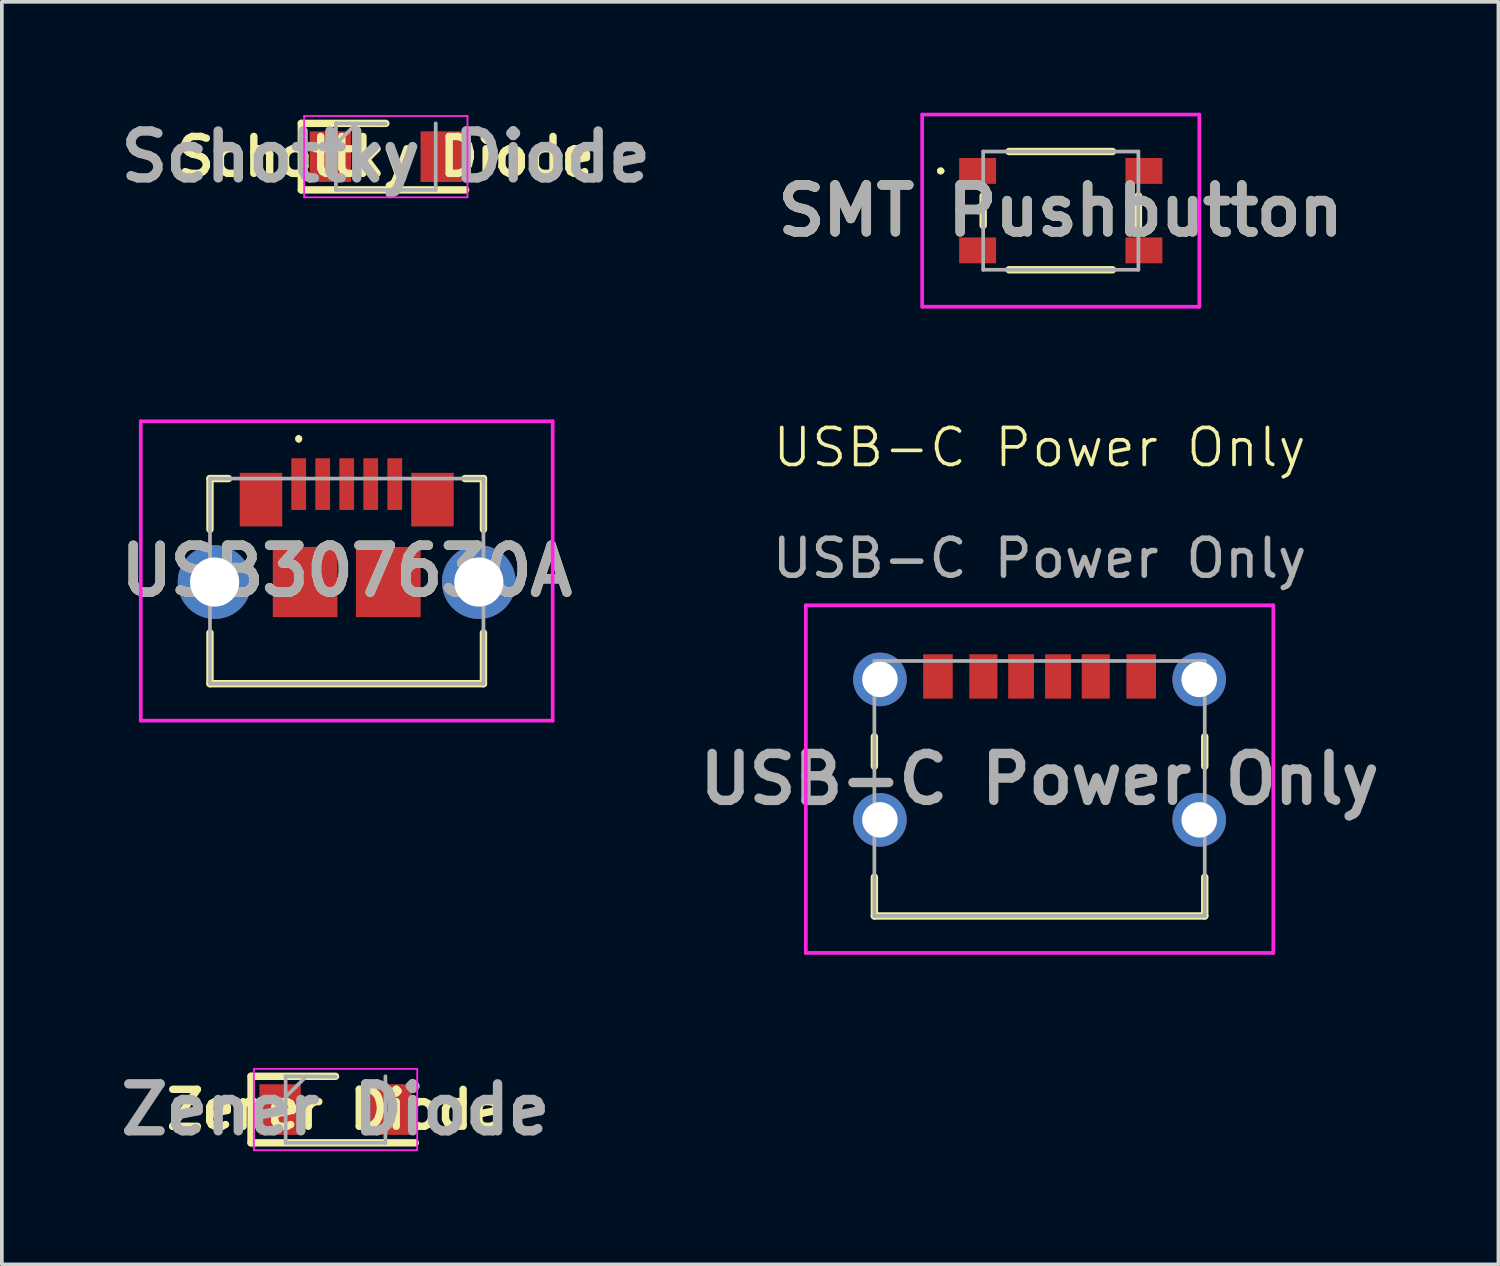
<source format=kicad_pcb>
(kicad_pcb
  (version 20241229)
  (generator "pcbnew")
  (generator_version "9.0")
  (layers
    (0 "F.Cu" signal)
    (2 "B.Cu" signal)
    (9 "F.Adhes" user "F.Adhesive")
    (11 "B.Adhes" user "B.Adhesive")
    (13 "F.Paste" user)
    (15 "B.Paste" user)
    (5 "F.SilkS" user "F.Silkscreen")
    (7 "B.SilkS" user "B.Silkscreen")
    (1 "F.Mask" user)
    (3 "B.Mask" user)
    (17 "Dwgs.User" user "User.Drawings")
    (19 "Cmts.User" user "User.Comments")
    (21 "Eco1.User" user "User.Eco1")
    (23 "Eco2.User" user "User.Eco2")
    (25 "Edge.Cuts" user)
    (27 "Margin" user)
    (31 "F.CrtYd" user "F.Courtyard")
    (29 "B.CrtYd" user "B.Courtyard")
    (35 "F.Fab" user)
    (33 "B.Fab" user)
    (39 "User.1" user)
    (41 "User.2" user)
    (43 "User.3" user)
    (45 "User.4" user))
  (footprint "Zener Diode"
    (layer "F.Cu")
    (at 6.029 26.974)
    (property "Reference" "Zener Diode" (at 0 0 0) (layer "F.SilkS") (effects (font (size 1 1) (thickness 0.2) (bold yes))))
    (attr smd)
    (fp_line (start -2.286 -0.9) (end -2.286 0.9) (stroke (width 0.2) (type default)) (layer "F.SilkS"))
    (fp_line (start -2.286 -0.9) (end 0 -0.9) (stroke (width 0.2) (type solid)) (layer "F.SilkS"))
    (fp_line (start -2.286 0.9) (end 2.159 0.9) (stroke (width 0.2) (type solid)) (layer "F.SilkS"))
    (fp_line (start -2.21 -1.1) (end 2.21 -1.1) (stroke (width 0.05) (type solid)) (layer "F.CrtYd"))
    (fp_line (start -2.21 1.1) (end -2.21 -1.1) (stroke (width 0.05) (type solid)) (layer "F.CrtYd"))
    (fp_line (start 2.21 -1.1) (end 2.21 1.1) (stroke (width 0.05) (type solid)) (layer "F.CrtYd"))
    (fp_line (start 2.21 1.1) (end -2.21 1.1) (stroke (width 0.05) (type solid)) (layer "F.CrtYd"))
    (fp_line (start -1.35 -0.9) (end 0 -0.889) (stroke (width 0.1) (type solid)) (layer "F.Fab"))
    (fp_line (start -1.35 -0.34) (end -0.79 -0.9) (stroke (width 0.1) (type solid)) (layer "F.Fab"))
    (fp_line (start -1.35 0.9) (end -1.35 -0.9) (stroke (width 0.1) (type solid)) (layer "F.Fab"))
    (fp_line (start 1.35 -0.9) (end 1.35 0.9) (stroke (width 0.1) (type solid)) (layer "F.Fab"))
    (fp_line (start 1.35 0.9) (end -1.35 0.9) (stroke (width 0.1) (type solid)) (layer "F.Fab"))
    (fp_text user "${REFERENCE}" (at 0 0 0) (layer "F.Fab") (effects (font (size 1.27 1.27) (thickness 0.254))))
    (pad "1" smd rect (at -1.5 0) (size 1.12 1.37) (layers "F.Cu" "F.Mask" "F.Paste"))
    (pad "2" smd rect (at 1.5 0) (size 1.12 1.37) (layers "F.Cu" "F.Mask" "F.Paste")))
  (footprint "Schottky Diode"
    (layer "F.Cu")
    (at 7.39 1.189)
    (property "Reference" "Schottky Diode" (at 0 0 0) (layer "F.SilkS") (effects (font (size 1 1) (thickness 0.2) (bold yes))))
    (attr smd)
    (fp_line (start -2.286 -0.9) (end -2.286 0.9) (stroke (width 0.2) (type default)) (layer "F.SilkS"))
    (fp_line (start -2.286 -0.9) (end 0 -0.9) (stroke (width 0.2) (type solid)) (layer "F.SilkS"))
    (fp_line (start -2.286 0.9) (end 2.159 0.9) (stroke (width 0.2) (type solid)) (layer "F.SilkS"))
    (fp_line (start -2.21 -1.1) (end 2.21 -1.1) (stroke (width 0.05) (type solid)) (layer "F.CrtYd"))
    (fp_line (start -2.21 1.1) (end -2.21 -1.1) (stroke (width 0.05) (type solid)) (layer "F.CrtYd"))
    (fp_line (start 2.21 -1.1) (end 2.21 1.1) (stroke (width 0.05) (type solid)) (layer "F.CrtYd"))
    (fp_line (start 2.21 1.1) (end -2.21 1.1) (stroke (width 0.05) (type solid)) (layer "F.CrtYd"))
    (fp_line (start -1.35 -0.9) (end 0 -0.889) (stroke (width 0.1) (type solid)) (layer "F.Fab"))
    (fp_line (start -1.35 -0.34) (end -0.79 -0.9) (stroke (width 0.1) (type solid)) (layer "F.Fab"))
    (fp_line (start -1.35 0.9) (end -1.35 -0.9) (stroke (width 0.1) (type solid)) (layer "F.Fab"))
    (fp_line (start 1.35 -0.9) (end 1.35 0.9) (stroke (width 0.1) (type solid)) (layer "F.Fab"))
    (fp_line (start 1.35 0.9) (end -1.35 0.9) (stroke (width 0.1) (type solid)) (layer "F.Fab"))
    (fp_text user "${REFERENCE}" (at 0 0 0) (layer "F.Fab") (effects (font (size 1.27 1.27) (thickness 0.254))))
    (pad "1" smd rect (at -1.5 0) (size 1.12 1.37) (layers "F.Cu" "F.Mask" "F.Paste"))
    (pad "2" smd rect (at 1.5 0) (size 1.12 1.37) (layers "F.Cu" "F.Mask" "F.Paste")))
  (footprint "SMT Pushbutton"
    (layer "F.Cu")
    (at 25.654 2.65)
    (property "Reference" "SMT Pushbutton" (at 0 0 0) (layer "F.SilkS") (effects (font (size 1.27 1.27) (thickness 0.254))))
    (attr smd)
    (fp_line (start -3.3 -1.075) (end -3.3 -1.075) (stroke (width 0.1) (type solid)) (layer "F.SilkS"))
    (fp_line (start -3.2 -1.075) (end -3.2 -1.075) (stroke (width 0.1) (type solid)) (layer "F.SilkS"))
    (fp_line (start -2.1 -0.4) (end -2.1 0.4) (stroke (width 0.2) (type solid)) (layer "F.SilkS"))
    (fp_line (start -1.4 -1.6) (end 1.4 -1.6) (stroke (width 0.2) (type solid)) (layer "F.SilkS"))
    (fp_line (start -1.4 1.6) (end 1.4 1.6) (stroke (width 0.2) (type solid)) (layer "F.SilkS"))
    (fp_line (start 2.1 -0.4) (end 2.1 0.4) (stroke (width 0.2) (type solid)) (layer "F.SilkS"))
    (fp_arc (start -3.3 -1.075) (mid -3.25 -1.125) (end -3.2 -1.075) (stroke (width 0.1) (type solid)) (layer "F.SilkS"))
    (fp_arc (start -3.2 -1.075) (mid -3.25 -1.025) (end -3.3 -1.075) (stroke (width 0.1) (type solid)) (layer "F.SilkS"))
    (fp_line (start -3.75 -2.6) (end 3.75 -2.6) (stroke (width 0.1) (type solid)) (layer "F.CrtYd"))
    (fp_line (start -3.75 2.6) (end -3.75 -2.6) (stroke (width 0.1) (type solid)) (layer "F.CrtYd"))
    (fp_line (start 3.75 -2.6) (end 3.75 2.6) (stroke (width 0.1) (type solid)) (layer "F.CrtYd"))
    (fp_line (start 3.75 2.6) (end -3.75 2.6) (stroke (width 0.1) (type solid)) (layer "F.CrtYd"))
    (fp_line (start -2.1 -1.6) (end 2.1 -1.6) (stroke (width 0.1) (type solid)) (layer "F.Fab"))
    (fp_line (start -2.1 1.6) (end -2.1 -1.6) (stroke (width 0.1) (type solid)) (layer "F.Fab"))
    (fp_line (start 2.1 -1.6) (end 2.1 1.6) (stroke (width 0.1) (type solid)) (layer "F.Fab"))
    (fp_line (start 2.1 1.6) (end -2.1 1.6) (stroke (width 0.1) (type solid)) (layer "F.Fab"))
    (fp_text user "${REFERENCE}" (at 0 0 0) (layer "F.Fab") (effects (font (size 1.27 1.27) (thickness 0.254))))
    (pad "1" smd rect (at -2.25 -1.075 90) (size 0.7 1) (layers "F.Cu" "F.Mask" "F.Paste"))
    (pad "2" smd rect (at 2.25 -1.075 90) (size 0.7 1) (layers "F.Cu" "F.Mask" "F.Paste"))
    (pad "3" smd rect (at -2.25 1.075 90) (size 0.7 1) (layers "F.Cu" "F.Mask" "F.Paste"))
    (pad "4" smd rect (at 2.25 1.075 90) (size 0.7 1) (layers "F.Cu" "F.Mask" "F.Paste")))
  (footprint "USB307630A"
    (layer "F.Cu")
    (at 6.332 12.675)
    (property "Reference" "USB307630A" (at 0 -0.275 0) (layer "F.SilkS") (effects (font (size 1.27 1.27) (thickness 0.254))))
    (attr through_hole)
    (fp_line (start -3.7 -2.775) (end -3.2 -2.775) (stroke (width 0.2) (type solid)) (layer "F.SilkS"))
    (fp_line (start -3.7 -1.4) (end -3.7 -2.775) (stroke (width 0.2) (type solid)) (layer "F.SilkS"))
    (fp_line (start -3.7 1.4) (end -3.7 2.775) (stroke (width 0.2) (type solid)) (layer "F.SilkS"))
    (fp_line (start -3.7 2.775) (end 3.7 2.775) (stroke (width 0.2) (type solid)) (layer "F.SilkS"))
    (fp_line (start -1.3 -3.9) (end -1.3 -3.9) (stroke (width 0.1) (type solid)) (layer "F.SilkS"))
    (fp_line (start -1.3 -3.8) (end -1.3 -3.8) (stroke (width 0.1) (type solid)) (layer "F.SilkS"))
    (fp_line (start 3.2 -2.775) (end 3.7 -2.775) (stroke (width 0.2) (type solid)) (layer "F.SilkS"))
    (fp_line (start 3.7 -2.775) (end 3.7 -1.4) (stroke (width 0.2) (type solid)) (layer "F.SilkS"))
    (fp_line (start 3.7 2.775) (end 3.7 1.4) (stroke (width 0.2) (type solid)) (layer "F.SilkS"))
    (fp_arc (start -1.3 -3.9) (mid -1.25 -3.85) (end -1.3 -3.8) (stroke (width 0.1) (type solid)) (layer "F.SilkS"))
    (fp_arc (start -1.3 -3.8) (mid -1.35 -3.85) (end -1.3 -3.9) (stroke (width 0.1) (type solid)) (layer "F.SilkS"))
    (fp_line (start -5.573 -4.325) (end 5.573 -4.325) (stroke (width 0.1) (type solid)) (layer "F.CrtYd"))
    (fp_line (start -5.573 3.775) (end -5.573 -4.325) (stroke (width 0.1) (type solid)) (layer "F.CrtYd"))
    (fp_line (start 5.573 -4.325) (end 5.573 3.775) (stroke (width 0.1) (type solid)) (layer "F.CrtYd"))
    (fp_line (start 5.573 3.775) (end -5.573 3.775) (stroke (width 0.1) (type solid)) (layer "F.CrtYd"))
    (fp_line (start -3.7 -2.775) (end 3.7 -2.775) (stroke (width 0.1) (type solid)) (layer "F.Fab"))
    (fp_line (start -3.7 2.775) (end -3.7 -2.775) (stroke (width 0.1) (type solid)) (layer "F.Fab"))
    (fp_line (start 3.7 -2.775) (end 3.7 2.775) (stroke (width 0.1) (type solid)) (layer "F.Fab"))
    (fp_line (start 3.7 2.775) (end -3.7 2.775) (stroke (width 0.1) (type solid)) (layer "F.Fab"))
    (fp_text user "${REFERENCE}" (at 0 -0.275 0) (layer "F.Fab") (effects (font (size 1.27 1.27) (thickness 0.254))))
    (pad "1" smd rect (at -1.3 -2.625) (size 0.4 1.4) (layers "F.Cu" "F.Mask" "F.Paste"))
    (pad "2" smd rect (at -0.65 -2.625) (size 0.4 1.4) (layers "F.Cu" "F.Mask" "F.Paste"))
    (pad "3" smd rect (at 0 -2.625) (size 0.4 1.4) (layers "F.Cu" "F.Mask" "F.Paste"))
    (pad "4" smd rect (at 0.65 -2.625) (size 0.4 1.4) (layers "F.Cu" "F.Mask" "F.Paste"))
    (pad "5" smd rect (at 1.3 -2.625) (size 0.4 1.4) (layers "F.Cu" "F.Mask" "F.Paste"))
    (pad "MH1" thru_hole circle (at -3.575 0.025) (size 1.995 1.995) (drill 1.33) (layers "*.Cu" "*.Mask"))
    (pad "MH2" thru_hole circle (at 3.575 0.025) (size 1.995 1.995) (drill 1.33) (layers "*.Cu" "*.Mask"))
    (pad "MP1" smd rect (at -2.32 -2.205) (size 1.15 1.45) (layers "F.Cu" "F.Mask" "F.Paste"))
    (pad "MP2" smd rect (at -1.125 0.025) (size 1.75 1.9) (layers "F.Cu" "F.Mask" "F.Paste"))
    (pad "MP3" smd rect (at 1.125 0.025) (size 1.75 1.9) (layers "F.Cu" "F.Mask" "F.Paste"))
    (pad "MP4" smd rect (at 2.32 -2.205) (size 1.15 1.45) (layers "F.Cu" "F.Mask" "F.Paste")))
  (footprint "USB-C Power Only"
    (layer "F.Cu")
    (at 25.08 18.029)
    (property "Reference" "USB-C Power Only" (at 0 -8.969 0) (unlocked yes) (layer "F.SilkS") (effects (font (size 1 1) (thickness 0.1))))
    (attr smd)
    (fp_line (start -4.47 -1.144) (end -4.47 -0.344) (stroke (width 0.2) (type solid)) (layer "F.SilkS"))
    (fp_line (start -4.47 2.656) (end -4.47 3.706) (stroke (width 0.2) (type solid)) (layer "F.SilkS"))
    (fp_line (start -4.47 3.706) (end 4.47 3.706) (stroke (width 0.2) (type solid)) (layer "F.SilkS"))
    (fp_line (start 4.47 -1.144) (end 4.47 -0.344) (stroke (width 0.2) (type solid)) (layer "F.SilkS"))
    (fp_line (start 4.47 3.706) (end 4.47 2.656) (stroke (width 0.2) (type solid)) (layer "F.SilkS"))
    (fp_line (start -6.325 -4.699) (end 6.325 -4.699) (stroke (width 0.1) (type solid)) (layer "F.CrtYd"))
    (fp_line (start -6.325 4.706) (end -6.325 -4.699) (stroke (width 0.1) (type solid)) (layer "F.CrtYd"))
    (fp_line (start 6.325 -4.699) (end 6.325 4.706) (stroke (width 0.1) (type solid)) (layer "F.CrtYd"))
    (fp_line (start 6.325 4.706) (end -6.325 4.706) (stroke (width 0.1) (type solid)) (layer "F.CrtYd"))
    (fp_line (start -4.47 -3.194) (end -4.47 3.706) (stroke (width 0.1) (type solid)) (layer "F.Fab"))
    (fp_line (start -4.47 3.706) (end 4.47 3.706) (stroke (width 0.1) (type solid)) (layer "F.Fab"))
    (fp_line (start 4.47 -3.194) (end -4.47 -3.194) (stroke (width 0.1) (type solid)) (layer "F.Fab"))
    (fp_line (start 4.47 3.706) (end 4.47 -3.194) (stroke (width 0.1) (type solid)) (layer "F.Fab"))
    (fp_text user "${REFERENCE}" (at 0 0.004 180) (layer "F.Fab") (effects (font (size 1.27 1.27) (thickness 0.254))))
    (fp_text user "${REFERENCE}" (at 0 -5.969 0) (unlocked yes) (layer "F.Fab") (effects (font (size 1 1) (thickness 0.15))))
    (pad "A5" smd rect (at -0.5 -2.774) (size 0.7 1.2) (layers "F.Cu" "F.Mask" "F.Paste"))
    (pad "A9" smd rect (at 1.52 -2.774) (size 0.76 1.2) (layers "F.Cu" "F.Mask" "F.Paste"))
    (pad "A12" smd rect (at 2.75 -2.774) (size 0.8 1.2) (layers "F.Cu" "F.Mask" "F.Paste"))
    (pad "B5" smd rect (at 0.5 -2.774) (size 0.7 1.2) (layers "F.Cu" "F.Mask" "F.Paste"))
    (pad "B9" smd rect (at -1.52 -2.774) (size 0.76 1.2) (layers "F.Cu" "F.Mask" "F.Paste"))
    (pad "B12" smd rect (at -2.75 -2.774) (size 0.8 1.2) (layers "F.Cu" "F.Mask" "F.Paste"))
    (pad "MH1" thru_hole circle (at -4.32 1.106) (size 1.45 1.45) (drill 0.96) (layers "*.Cu" "*.Mask"))
    (pad "MH2" thru_hole circle (at 4.32 1.106) (size 1.45 1.45) (drill 0.96) (layers "*.Cu" "*.Mask"))
    (pad "MH3" thru_hole circle (at -4.32 -2.694) (size 1.45 1.45) (drill 0.96) (layers "*.Cu" "*.Mask"))
    (pad "MH4" thru_hole circle (at 4.32 -2.694) (size 1.45 1.45) (drill 0.96) (layers "*.Cu" "*.Mask")))
  (gr_rect
    (start -3 -3)
    (end 37.496 31.163)
    (stroke (width 0.1) (type default))
    (fill no)
    (layer "Edge.Cuts")))
</source>
